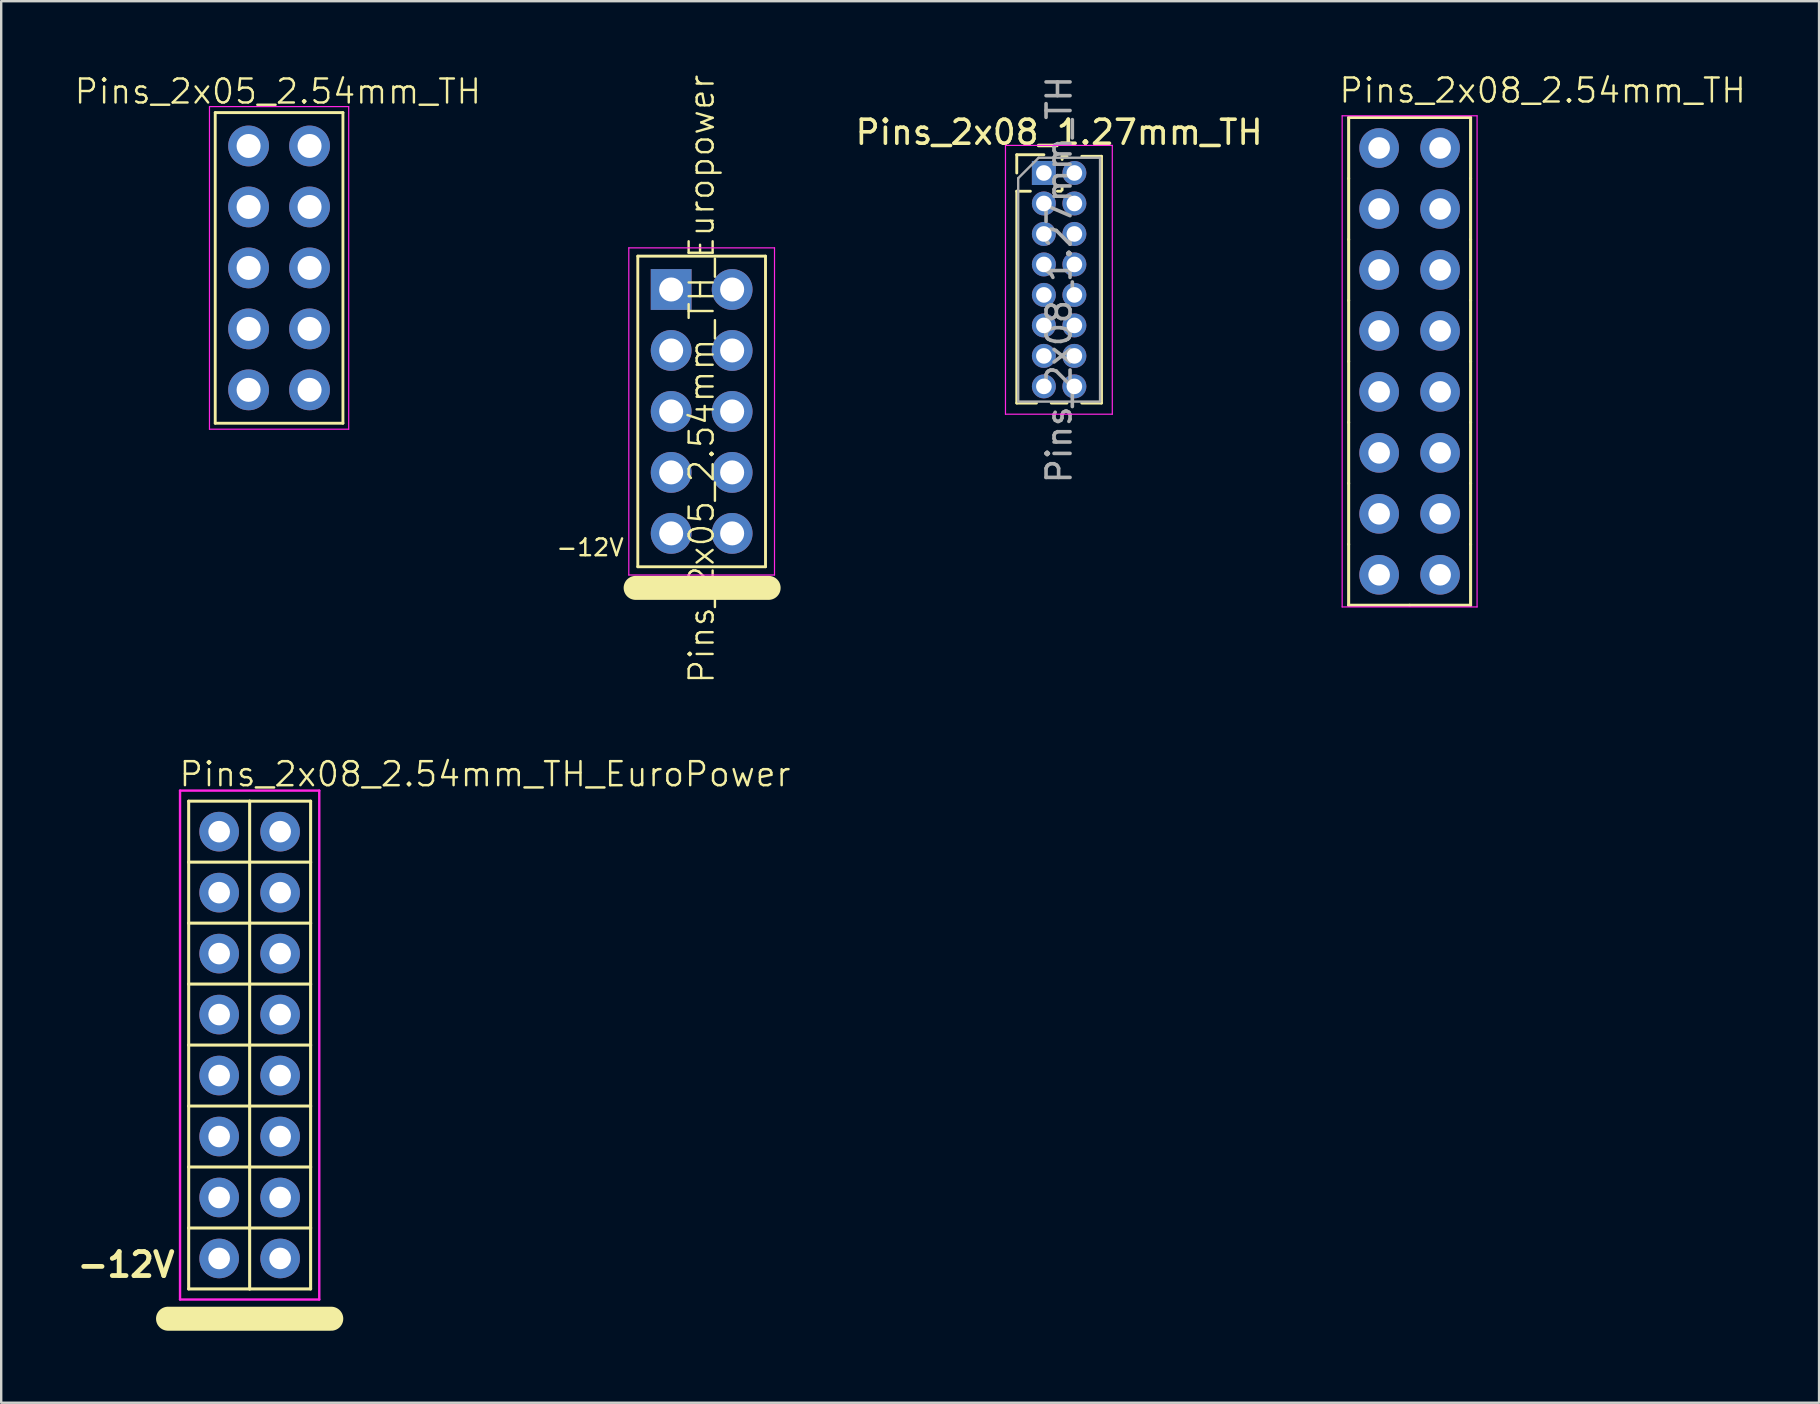
<source format=kicad_pcb>
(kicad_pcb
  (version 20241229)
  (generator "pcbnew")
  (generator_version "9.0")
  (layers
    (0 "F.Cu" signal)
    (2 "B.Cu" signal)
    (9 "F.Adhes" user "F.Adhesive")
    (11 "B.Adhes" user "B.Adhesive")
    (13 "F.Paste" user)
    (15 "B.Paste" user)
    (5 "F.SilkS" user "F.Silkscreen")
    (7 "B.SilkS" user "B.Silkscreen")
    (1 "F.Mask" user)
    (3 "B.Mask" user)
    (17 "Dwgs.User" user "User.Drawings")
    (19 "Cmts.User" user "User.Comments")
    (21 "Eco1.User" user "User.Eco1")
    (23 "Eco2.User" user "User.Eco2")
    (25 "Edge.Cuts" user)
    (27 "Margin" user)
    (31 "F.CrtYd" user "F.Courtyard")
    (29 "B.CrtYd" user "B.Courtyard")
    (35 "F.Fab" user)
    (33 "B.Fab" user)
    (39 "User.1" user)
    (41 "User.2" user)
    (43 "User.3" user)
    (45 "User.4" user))
  (footprint "Pins_2x05_2.54mm_TH_Europower"
    (layer "F.Cu")
    (at 26.18 14.09)
    (property "Reference" "Pins_2x05_2.54mm_TH_Europower" (at 0 -1.35 270) (layer "F.SilkS") (effects (font (size 1 1) (thickness 0.1))))
    (attr through_hole)
    (fp_line (start -2.75 7.35) (end 2.79 7.35) (stroke (width 1) (type solid)) (layer "F.SilkS"))
    (fp_line (start -2.66 -6.47) (end -2.66 6.47) (stroke (width 0.12) (type solid)) (layer "F.SilkS"))
    (fp_line (start -2.66 6.47) (end 2.66 6.47) (stroke (width 0.12) (type solid)) (layer "F.SilkS"))
    (fp_line (start 2.66 -6.47) (end -2.66 -6.47) (stroke (width 0.12) (type solid)) (layer "F.SilkS"))
    (fp_line (start 2.66 6.47) (end 2.66 -6.47) (stroke (width 0.12) (type solid)) (layer "F.SilkS"))
    (fp_line (start -3.035 -6.815) (end -3.035 6.815) (stroke (width 0.05) (type solid)) (layer "F.CrtYd"))
    (fp_line (start -3.035 6.815) (end 3.035 6.815) (stroke (width 0.05) (type solid)) (layer "F.CrtYd"))
    (fp_line (start 3.035 -6.815) (end -3.035 -6.815) (stroke (width 0.05) (type solid)) (layer "F.CrtYd"))
    (fp_line (start 3.035 6.815) (end 3.035 -6.815) (stroke (width 0.05) (type solid)) (layer "F.CrtYd"))
    (fp_text user "-12V" (at -4.648 5.67 0) (layer "F.SilkS") (effects (font (size 0.7 0.7) (thickness 0.1))))
    (pad "1" thru_hole rect (at -1.27 -5.08) (size 1.7 1.7) (drill 1) (layers "*.Cu" "*.Mask"))
    (pad "2" thru_hole oval (at 1.27 -5.08) (size 1.7 1.7) (drill 1) (layers "*.Cu" "*.Mask"))
    (pad "3" thru_hole oval (at -1.27 -2.54) (size 1.7 1.7) (drill 1) (layers "*.Cu" "*.Mask"))
    (pad "4" thru_hole oval (at 1.27 -2.54) (size 1.7 1.7) (drill 1) (layers "*.Cu" "*.Mask"))
    (pad "5" thru_hole oval (at -1.27 0) (size 1.7 1.7) (drill 1) (layers "*.Cu" "*.Mask"))
    (pad "6" thru_hole oval (at 1.27 0) (size 1.7 1.7) (drill 1) (layers "*.Cu" "*.Mask"))
    (pad "7" thru_hole oval (at -1.27 2.54) (size 1.7 1.7) (drill 1) (layers "*.Cu" "*.Mask"))
    (pad "8" thru_hole oval (at 1.27 2.54) (size 1.7 1.7) (drill 1) (layers "*.Cu" "*.Mask"))
    (pad "9" thru_hole oval (at -1.27 5.08) (size 1.7 1.7) (drill 1) (layers "*.Cu" "*.Mask"))
    (pad "10" thru_hole oval (at 1.27 5.08) (size 1.7 1.7) (drill 1) (layers "*.Cu" "*.Mask")))
  (footprint "Pins_2x08_2.54mm_TH"
    (layer "F.Cu")
    (at 55.673 12.005)
    (property "Reference" "Pins_2x08_2.54mm_TH" (at -3 -10.7 0) (layer "F.SilkS") (effects (font (size 1 1) (thickness 0.102)) (justify left bottom)))
    (attr through_hole)
    (fp_line (start -2.54 -10.16) (end -2.54 -7.62) (stroke (width 0.127) (type solid)) (layer "F.SilkS"))
    (fp_line (start -2.54 -7.62) (end -2.54 -5.08) (stroke (width 0.127) (type solid)) (layer "F.SilkS"))
    (fp_line (start -2.54 -5.08) (end -2.54 -2.54) (stroke (width 0.127) (type solid)) (layer "F.SilkS"))
    (fp_line (start -2.54 -2.54) (end -2.54 0) (stroke (width 0.127) (type solid)) (layer "F.SilkS"))
    (fp_line (start -2.54 0) (end -2.54 2.54) (stroke (width 0.127) (type solid)) (layer "F.SilkS"))
    (fp_line (start -2.54 2.54) (end -2.54 5.08) (stroke (width 0.127) (type solid)) (layer "F.SilkS"))
    (fp_line (start -2.54 5.08) (end -2.54 7.62) (stroke (width 0.127) (type solid)) (layer "F.SilkS"))
    (fp_line (start -2.54 7.62) (end -2.54 10.16) (stroke (width 0.127) (type solid)) (layer "F.SilkS"))
    (fp_line (start 0 -10.16) (end -2.54 -10.16) (stroke (width 0.127) (type solid)) (layer "F.SilkS"))
    (fp_line (start 0 10.16) (end -2.54 10.16) (stroke (width 0.127) (type solid)) (layer "F.SilkS"))
    (fp_line (start 2.54 -10.16) (end 0 -10.16) (stroke (width 0.127) (type solid)) (layer "F.SilkS"))
    (fp_line (start 2.54 -7.62) (end 2.54 -10.16) (stroke (width 0.127) (type solid)) (layer "F.SilkS"))
    (fp_line (start 2.54 -5.08) (end 2.54 -7.62) (stroke (width 0.127) (type solid)) (layer "F.SilkS"))
    (fp_line (start 2.54 -2.54) (end 2.54 -5.08) (stroke (width 0.127) (type solid)) (layer "F.SilkS"))
    (fp_line (start 2.54 0) (end 2.54 -2.54) (stroke (width 0.127) (type solid)) (layer "F.SilkS"))
    (fp_line (start 2.54 2.54) (end 2.54 0) (stroke (width 0.127) (type solid)) (layer "F.SilkS"))
    (fp_line (start 2.54 5.08) (end 2.54 2.54) (stroke (width 0.127) (type solid)) (layer "F.SilkS"))
    (fp_line (start 2.54 7.62) (end 2.54 5.08) (stroke (width 0.127) (type solid)) (layer "F.SilkS"))
    (fp_line (start 2.54 10.16) (end 0 10.16) (stroke (width 0.127) (type solid)) (layer "F.SilkS"))
    (fp_line (start 2.54 10.16) (end 2.54 7.62) (stroke (width 0.127) (type solid)) (layer "F.SilkS"))
    (fp_line (start -2.81 -10.23) (end -2.81 10.23) (stroke (width 0.05) (type solid)) (layer "F.CrtYd"))
    (fp_line (start -2.81 -10.23) (end 2.81 -10.23) (stroke (width 0.05) (type solid)) (layer "F.CrtYd"))
    (fp_line (start -2.81 10.23) (end 2.81 10.23) (stroke (width 0.05) (type solid)) (layer "F.CrtYd"))
    (fp_line (start 2.81 -10.23) (end 2.81 10.23) (stroke (width 0.05) (type solid)) (layer "F.CrtYd"))
    (pad "1" thru_hole circle (at -1.27 -8.89) (size 1.651 1.651) (drill 0.9) (layers "*.Cu" "*.Mask"))
    (pad "2" thru_hole circle (at 1.27 -8.89) (size 1.651 1.651) (drill 0.9) (layers "*.Cu" "*.Mask"))
    (pad "3" thru_hole circle (at -1.27 -6.35) (size 1.651 1.651) (drill 0.9) (layers "*.Cu" "*.Mask"))
    (pad "4" thru_hole circle (at 1.27 -6.35) (size 1.651 1.651) (drill 0.9) (layers "*.Cu" "*.Mask"))
    (pad "5" thru_hole circle (at -1.27 -3.81) (size 1.651 1.651) (drill 0.9) (layers "*.Cu" "*.Mask"))
    (pad "6" thru_hole circle (at 1.27 -3.81) (size 1.651 1.651) (drill 0.9) (layers "*.Cu" "*.Mask"))
    (pad "7" thru_hole circle (at -1.27 -1.27) (size 1.651 1.651) (drill 0.9) (layers "*.Cu" "*.Mask"))
    (pad "8" thru_hole circle (at 1.27 -1.27) (size 1.651 1.651) (drill 0.9) (layers "*.Cu" "*.Mask"))
    (pad "9" thru_hole circle (at -1.27 1.27) (size 1.651 1.651) (drill 0.9) (layers "*.Cu" "*.Mask"))
    (pad "10" thru_hole circle (at 1.27 1.27) (size 1.651 1.651) (drill 0.9) (layers "*.Cu" "*.Mask"))
    (pad "11" thru_hole circle (at -1.27 3.81) (size 1.651 1.651) (drill 0.9) (layers "*.Cu" "*.Mask"))
    (pad "12" thru_hole circle (at 1.27 3.81) (size 1.651 1.651) (drill 0.9) (layers "*.Cu" "*.Mask"))
    (pad "13" thru_hole circle (at -1.27 6.35) (size 1.651 1.651) (drill 0.9) (layers "*.Cu" "*.Mask"))
    (pad "14" thru_hole circle (at 1.27 6.35) (size 1.651 1.651) (drill 0.9) (layers "*.Cu" "*.Mask"))
    (pad "15" thru_hole circle (at -1.27 8.89) (size 1.651 1.651) (drill 0.9) (layers "*.Cu" "*.Mask"))
    (pad "16" thru_hole circle (at 1.27 8.89) (size 1.651 1.651) (drill 0.9) (layers "*.Cu" "*.Mask")))
  (footprint "Pins_2x05_2.54mm_TH"
    (layer "F.Cu")
    (at 8.576 8.111)
    (property "Reference" "Pins_2x05_2.54mm_TH" (at -0.05 -7.35 0) (layer "F.SilkS") (effects (font (size 1 1) (thickness 0.1))))
    (attr through_hole)
    (fp_line (start -2.66 -6.47) (end -2.66 6.47) (stroke (width 0.12) (type solid)) (layer "F.SilkS"))
    (fp_line (start -2.66 6.47) (end 2.66 6.47) (stroke (width 0.12) (type solid)) (layer "F.SilkS"))
    (fp_line (start 2.66 -6.47) (end -2.66 -6.47) (stroke (width 0.12) (type solid)) (layer "F.SilkS"))
    (fp_line (start 2.66 6.47) (end 2.66 -6.47) (stroke (width 0.12) (type solid)) (layer "F.SilkS"))
    (fp_line (start -2.9 -6.72) (end -2.9 6.72) (stroke (width 0.05) (type solid)) (layer "F.CrtYd"))
    (fp_line (start -2.9 6.72) (end 2.9 6.72) (stroke (width 0.05) (type solid)) (layer "F.CrtYd"))
    (fp_line (start 2.9 -6.72) (end -2.9 -6.72) (stroke (width 0.05) (type solid)) (layer "F.CrtYd"))
    (fp_line (start 2.9 6.72) (end 2.9 -6.72) (stroke (width 0.05) (type solid)) (layer "F.CrtYd"))
    (pad "1" thru_hole oval (at -1.27 -5.08) (size 1.7 1.7) (drill 1) (layers "*.Cu" "*.Mask"))
    (pad "2" thru_hole oval (at 1.27 -5.08) (size 1.7 1.7) (drill 1) (layers "*.Cu" "*.Mask"))
    (pad "3" thru_hole oval (at -1.27 -2.54) (size 1.7 1.7) (drill 1) (layers "*.Cu" "*.Mask"))
    (pad "4" thru_hole oval (at 1.27 -2.54) (size 1.7 1.7) (drill 1) (layers "*.Cu" "*.Mask"))
    (pad "5" thru_hole oval (at -1.27 0) (size 1.7 1.7) (drill 1) (layers "*.Cu" "*.Mask"))
    (pad "6" thru_hole oval (at 1.27 0) (size 1.7 1.7) (drill 1) (layers "*.Cu" "*.Mask"))
    (pad "7" thru_hole oval (at -1.27 2.54) (size 1.7 1.7) (drill 1) (layers "*.Cu" "*.Mask"))
    (pad "8" thru_hole oval (at 1.27 2.54) (size 1.7 1.7) (drill 1) (layers "*.Cu" "*.Mask"))
    (pad "9" thru_hole oval (at -1.27 5.08) (size 1.7 1.7) (drill 1) (layers "*.Cu" "*.Mask"))
    (pad "10" thru_hole oval (at 1.27 5.08) (size 1.7 1.7) (drill 1) (layers "*.Cu" "*.Mask")))
  (footprint "Pins_2x08_2.54mm_TH_EuroPower"
    (layer "F.Cu")
    (at 7.35 40.486)
    (property "Reference" "Pins_2x08_2.54mm_TH_EuroPower" (at -3 -10.7 0) (layer "F.SilkS") (effects (font (size 1 1) (thickness 0.102)) (justify left bottom)))
    (attr through_hole)
    (fp_line (start -3.4 11.4) (end 3.4 11.4) (stroke (width 1) (type solid)) (layer "F.SilkS"))
    (fp_line (start -2.54 -10.16) (end -2.54 -7.62) (stroke (width 0.127) (type solid)) (layer "F.SilkS"))
    (fp_line (start -2.54 -7.62) (end -2.54 -5.08) (stroke (width 0.127) (type solid)) (layer "F.SilkS"))
    (fp_line (start -2.54 -7.62) (end 0 -7.62) (stroke (width 0.127) (type solid)) (layer "F.SilkS"))
    (fp_line (start -2.54 -5.08) (end -2.54 -2.54) (stroke (width 0.127) (type solid)) (layer "F.SilkS"))
    (fp_line (start -2.54 -2.54) (end -2.54 0) (stroke (width 0.127) (type solid)) (layer "F.SilkS"))
    (fp_line (start -2.54 -2.54) (end 0 -2.54) (stroke (width 0.127) (type solid)) (layer "F.SilkS"))
    (fp_line (start -2.54 0) (end -2.54 2.54) (stroke (width 0.127) (type solid)) (layer "F.SilkS"))
    (fp_line (start -2.54 2.54) (end -2.54 5.08) (stroke (width 0.127) (type solid)) (layer "F.SilkS"))
    (fp_line (start -2.54 2.54) (end 0 2.54) (stroke (width 0.127) (type solid)) (layer "F.SilkS"))
    (fp_line (start -2.54 5.08) (end -2.54 7.62) (stroke (width 0.127) (type solid)) (layer "F.SilkS"))
    (fp_line (start -2.54 7.62) (end -2.54 10.16) (stroke (width 0.127) (type solid)) (layer "F.SilkS"))
    (fp_line (start -2.54 7.62) (end 0 7.62) (stroke (width 0.127) (type solid)) (layer "F.SilkS"))
    (fp_line (start 0 -10.16) (end -2.54 -10.16) (stroke (width 0.127) (type solid)) (layer "F.SilkS"))
    (fp_line (start 0 -7.62) (end 0 -10.16) (stroke (width 0.127) (type solid)) (layer "F.SilkS"))
    (fp_line (start 0 -7.62) (end 2.54 -7.62) (stroke (width 0.127) (type solid)) (layer "F.SilkS"))
    (fp_line (start 0 -5.08) (end -2.54 -5.08) (stroke (width 0.127) (type solid)) (layer "F.SilkS"))
    (fp_line (start 0 -5.08) (end 0 -7.62) (stroke (width 0.127) (type solid)) (layer "F.SilkS"))
    (fp_line (start 0 -2.54) (end 0 -5.08) (stroke (width 0.127) (type solid)) (layer "F.SilkS"))
    (fp_line (start 0 -2.54) (end 2.54 -2.54) (stroke (width 0.127) (type solid)) (layer "F.SilkS"))
    (fp_line (start 0 0) (end -2.54 0) (stroke (width 0.127) (type solid)) (layer "F.SilkS"))
    (fp_line (start 0 0) (end 0 -2.54) (stroke (width 0.127) (type solid)) (layer "F.SilkS"))
    (fp_line (start 0 2.54) (end 0 0) (stroke (width 0.127) (type solid)) (layer "F.SilkS"))
    (fp_line (start 0 2.54) (end 2.54 2.54) (stroke (width 0.127) (type solid)) (layer "F.SilkS"))
    (fp_line (start 0 5.08) (end -2.54 5.08) (stroke (width 0.127) (type solid)) (layer "F.SilkS"))
    (fp_line (start 0 5.08) (end 0 2.54) (stroke (width 0.127) (type solid)) (layer "F.SilkS"))
    (fp_line (start 0 7.62) (end 0 5.08) (stroke (width 0.127) (type solid)) (layer "F.SilkS"))
    (fp_line (start 0 7.62) (end 2.54 7.62) (stroke (width 0.127) (type solid)) (layer "F.SilkS"))
    (fp_line (start 0 10.16) (end -2.54 10.16) (stroke (width 0.127) (type solid)) (layer "F.SilkS"))
    (fp_line (start 0 10.16) (end 0 7.62) (stroke (width 0.127) (type solid)) (layer "F.SilkS"))
    (fp_line (start 2.54 -10.16) (end 0 -10.16) (stroke (width 0.127) (type solid)) (layer "F.SilkS"))
    (fp_line (start 2.54 -7.62) (end 2.54 -10.16) (stroke (width 0.127) (type solid)) (layer "F.SilkS"))
    (fp_line (start 2.54 -5.08) (end 0 -5.08) (stroke (width 0.127) (type solid)) (layer "F.SilkS"))
    (fp_line (start 2.54 -5.08) (end 2.54 -7.62) (stroke (width 0.127) (type solid)) (layer "F.SilkS"))
    (fp_line (start 2.54 -2.54) (end 2.54 -5.08) (stroke (width 0.127) (type solid)) (layer "F.SilkS"))
    (fp_line (start 2.54 0) (end 0 0) (stroke (width 0.127) (type solid)) (layer "F.SilkS"))
    (fp_line (start 2.54 0) (end 2.54 -2.54) (stroke (width 0.127) (type solid)) (layer "F.SilkS"))
    (fp_line (start 2.54 2.54) (end 2.54 0) (stroke (width 0.127) (type solid)) (layer "F.SilkS"))
    (fp_line (start 2.54 5.08) (end 0 5.08) (stroke (width 0.127) (type solid)) (layer "F.SilkS"))
    (fp_line (start 2.54 5.08) (end 2.54 2.54) (stroke (width 0.127) (type solid)) (layer "F.SilkS"))
    (fp_line (start 2.54 7.62) (end 2.54 5.08) (stroke (width 0.127) (type solid)) (layer "F.SilkS"))
    (fp_line (start 2.54 10.16) (end 0 10.16) (stroke (width 0.127) (type solid)) (layer "F.SilkS"))
    (fp_line (start 2.54 10.16) (end 2.54 7.62) (stroke (width 0.127) (type solid)) (layer "F.SilkS"))
    (fp_line (start -2.9 -10.6) (end -2.9 10.6) (stroke (width 0.1) (type solid)) (layer "F.CrtYd"))
    (fp_line (start -2.9 -10.6) (end 2.9 -10.6) (stroke (width 0.1) (type solid)) (layer "F.CrtYd"))
    (fp_line (start -2.9 10.6) (end 2.9 10.6) (stroke (width 0.1) (type solid)) (layer "F.CrtYd"))
    (fp_line (start 2.9 -10.6) (end 2.9 10.6) (stroke (width 0.1) (type solid)) (layer "F.CrtYd"))
    (fp_text user "-12V" (at -5.15 9.15 0) (layer "F.SilkS") (effects (font (size 1 1) (thickness 0.2))))
    (pad "1" thru_hole circle (at -1.27 -8.89) (size 1.651 1.651) (drill 0.9) (layers "*.Cu" "*.Mask"))
    (pad "2" thru_hole circle (at 1.27 -8.89) (size 1.651 1.651) (drill 0.9) (layers "*.Cu" "*.Mask"))
    (pad "3" thru_hole circle (at -1.27 -6.35) (size 1.651 1.651) (drill 0.9) (layers "*.Cu" "*.Mask"))
    (pad "4" thru_hole circle (at 1.27 -6.35) (size 1.651 1.651) (drill 0.9) (layers "*.Cu" "*.Mask"))
    (pad "5" thru_hole circle (at -1.27 -3.81) (size 1.651 1.651) (drill 0.9) (layers "*.Cu" "*.Mask"))
    (pad "6" thru_hole circle (at 1.27 -3.81) (size 1.651 1.651) (drill 0.9) (layers "*.Cu" "*.Mask"))
    (pad "7" thru_hole circle (at -1.27 -1.27) (size 1.651 1.651) (drill 0.9) (layers "*.Cu" "*.Mask"))
    (pad "8" thru_hole circle (at 1.27 -1.27) (size 1.651 1.651) (drill 0.9) (layers "*.Cu" "*.Mask"))
    (pad "9" thru_hole circle (at -1.27 1.27) (size 1.651 1.651) (drill 0.9) (layers "*.Cu" "*.Mask"))
    (pad "10" thru_hole circle (at 1.27 1.27) (size 1.651 1.651) (drill 0.9) (layers "*.Cu" "*.Mask"))
    (pad "11" thru_hole circle (at -1.27 3.81) (size 1.651 1.651) (drill 0.9) (layers "*.Cu" "*.Mask"))
    (pad "12" thru_hole circle (at 1.27 3.81) (size 1.651 1.651) (drill 0.9) (layers "*.Cu" "*.Mask"))
    (pad "13" thru_hole circle (at -1.27 6.35) (size 1.651 1.651) (drill 0.9) (layers "*.Cu" "*.Mask"))
    (pad "14" thru_hole circle (at 1.27 6.35) (size 1.651 1.651) (drill 0.9) (layers "*.Cu" "*.Mask"))
    (pad "15" thru_hole circle (at -1.27 8.89) (size 1.651 1.651) (drill 0.9) (layers "*.Cu" "*.Mask"))
    (pad "16" thru_hole circle (at 1.27 8.89) (size 1.651 1.651) (drill 0.9) (layers "*.Cu" "*.Mask")))
  (footprint "Pins_2x08_1.27mm_TH"
    (layer "F.Cu")
    (at 41.072 8.601)
    (property "Reference" "Pins_2x08_1.27mm_TH" (at 0 -6.14 0) (layer "F.SilkS") (effects (font (size 1 1) (thickness 0.15))))
    (attr through_hole)
    (fp_line (start -1.765 -5.205) (end -0.635 -5.205) (stroke (width 0.12) (type solid)) (layer "F.SilkS"))
    (fp_line (start -1.765 -4.445) (end -1.765 -5.205) (stroke (width 0.12) (type solid)) (layer "F.SilkS"))
    (fp_line (start -1.765 -3.685) (end -1.765 5.14) (stroke (width 0.12) (type solid)) (layer "F.SilkS"))
    (fp_line (start -1.765 -3.685) (end -1.198 -3.685) (stroke (width 0.12) (type solid)) (layer "F.SilkS"))
    (fp_line (start -1.765 5.14) (end -0.943 5.14) (stroke (width 0.12) (type solid)) (layer "F.SilkS"))
    (fp_line (start -0.327 5.14) (end 0.327 5.14) (stroke (width 0.12) (type solid)) (layer "F.SilkS"))
    (fp_line (start -0.072 -3.685) (end 0.072 -3.685) (stroke (width 0.12) (type solid)) (layer "F.SilkS"))
    (fp_line (start 0.125 -5.14) (end 0.327 -5.14) (stroke (width 0.12) (type solid)) (layer "F.SilkS"))
    (fp_line (start 0.125 -5.008) (end 0.125 -5.14) (stroke (width 0.12) (type solid)) (layer "F.SilkS"))
    (fp_line (start 0.125 -3.738) (end 0.125 -3.882) (stroke (width 0.12) (type solid)) (layer "F.SilkS"))
    (fp_line (start 0.943 -5.14) (end 1.765 -5.14) (stroke (width 0.12) (type solid)) (layer "F.SilkS"))
    (fp_line (start 0.943 5.14) (end 1.765 5.14) (stroke (width 0.12) (type solid)) (layer "F.SilkS"))
    (fp_line (start 1.765 -5.14) (end 1.765 5.14) (stroke (width 0.12) (type solid)) (layer "F.SilkS"))
    (fp_line (start -2.235 -5.595) (end -2.235 5.605) (stroke (width 0.05) (type solid)) (layer "F.CrtYd"))
    (fp_line (start -2.235 5.605) (end 2.215 5.605) (stroke (width 0.05) (type solid)) (layer "F.CrtYd"))
    (fp_line (start 2.215 -5.595) (end -2.235 -5.595) (stroke (width 0.05) (type solid)) (layer "F.CrtYd"))
    (fp_line (start 2.215 5.605) (end 2.215 -5.595) (stroke (width 0.05) (type solid)) (layer "F.CrtYd"))
    (fp_line (start -1.705 -4.228) (end -0.853 -5.08) (stroke (width 0.1) (type solid)) (layer "F.Fab"))
    (fp_line (start -1.705 5.08) (end -1.705 -4.228) (stroke (width 0.1) (type solid)) (layer "F.Fab"))
    (fp_line (start -0.853 -5.08) (end 1.705 -5.08) (stroke (width 0.1) (type solid)) (layer "F.Fab"))
    (fp_line (start 1.705 -5.08) (end 1.705 5.08) (stroke (width 0.1) (type solid)) (layer "F.Fab"))
    (fp_line (start 1.705 5.08) (end -1.705 5.08) (stroke (width 0.1) (type solid)) (layer "F.Fab"))
    (fp_text user "${REFERENCE}" (at 0 0 90) (layer "F.Fab") (effects (font (size 1 1) (thickness 0.15))))
    (pad "1" thru_hole rect (at -0.635 -4.445) (size 1 1) (drill 0.65) (layers "*.Cu" "*.Mask"))
    (pad "2" thru_hole oval (at 0.635 -4.445) (size 1 1) (drill 0.65) (layers "*.Cu" "*.Mask"))
    (pad "3" thru_hole oval (at -0.635 -3.175) (size 1 1) (drill 0.65) (layers "*.Cu" "*.Mask"))
    (pad "4" thru_hole oval (at 0.635 -3.175) (size 1 1) (drill 0.65) (layers "*.Cu" "*.Mask"))
    (pad "5" thru_hole oval (at -0.635 -1.905) (size 1 1) (drill 0.65) (layers "*.Cu" "*.Mask"))
    (pad "6" thru_hole oval (at 0.635 -1.905) (size 1 1) (drill 0.65) (layers "*.Cu" "*.Mask"))
    (pad "7" thru_hole oval (at -0.635 -0.635) (size 1 1) (drill 0.65) (layers "*.Cu" "*.Mask"))
    (pad "8" thru_hole oval (at 0.635 -0.635) (size 1 1) (drill 0.65) (layers "*.Cu" "*.Mask"))
    (pad "9" thru_hole oval (at -0.635 0.635) (size 1 1) (drill 0.65) (layers "*.Cu" "*.Mask"))
    (pad "10" thru_hole oval (at 0.635 0.635) (size 1 1) (drill 0.65) (layers "*.Cu" "*.Mask"))
    (pad "11" thru_hole oval (at -0.635 1.905) (size 1 1) (drill 0.65) (layers "*.Cu" "*.Mask"))
    (pad "12" thru_hole oval (at 0.635 1.905) (size 1 1) (drill 0.65) (layers "*.Cu" "*.Mask"))
    (pad "13" thru_hole oval (at -0.635 3.175) (size 1 1) (drill 0.65) (layers "*.Cu" "*.Mask"))
    (pad "14" thru_hole oval (at 0.635 3.175) (size 1 1) (drill 0.65) (layers "*.Cu" "*.Mask"))
    (pad "15" thru_hole oval (at -0.635 4.445) (size 1 1) (drill 0.65) (layers "*.Cu" "*.Mask"))
    (pad "16" thru_hole oval (at 0.635 4.445) (size 1 1) (drill 0.65) (layers "*.Cu" "*.Mask")))
  (gr_rect
    (start -3 -3)
    (end 72.73 55.386)
    (stroke (width 0.1) (type default))
    (fill no)
    (layer "Edge.Cuts")))
</source>
